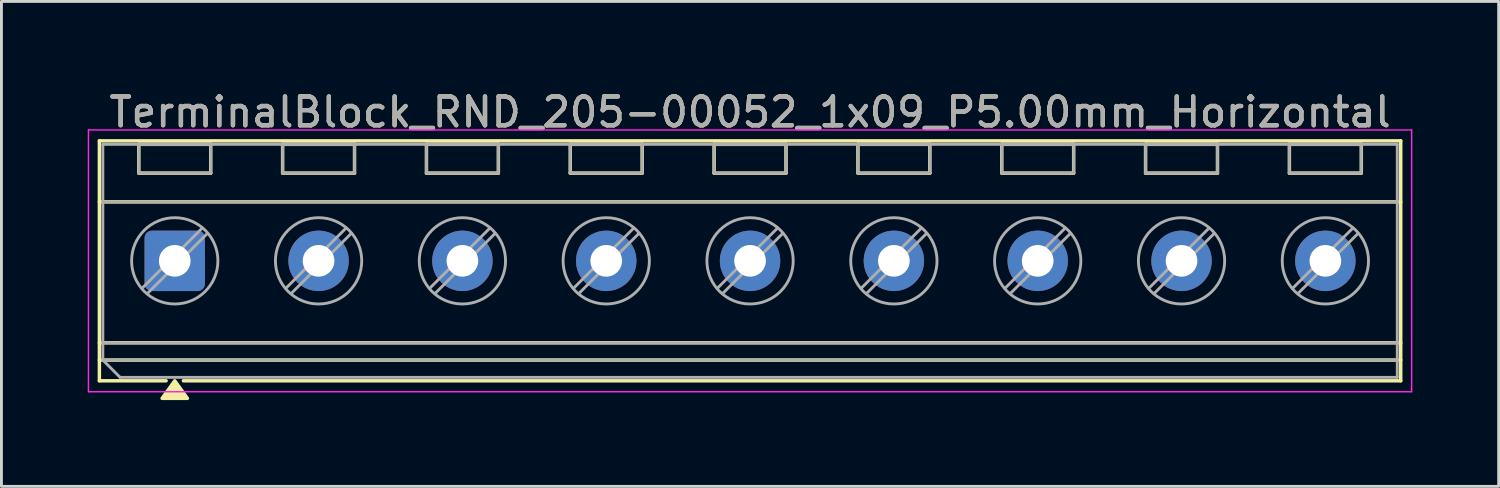
<source format=kicad_pcb>
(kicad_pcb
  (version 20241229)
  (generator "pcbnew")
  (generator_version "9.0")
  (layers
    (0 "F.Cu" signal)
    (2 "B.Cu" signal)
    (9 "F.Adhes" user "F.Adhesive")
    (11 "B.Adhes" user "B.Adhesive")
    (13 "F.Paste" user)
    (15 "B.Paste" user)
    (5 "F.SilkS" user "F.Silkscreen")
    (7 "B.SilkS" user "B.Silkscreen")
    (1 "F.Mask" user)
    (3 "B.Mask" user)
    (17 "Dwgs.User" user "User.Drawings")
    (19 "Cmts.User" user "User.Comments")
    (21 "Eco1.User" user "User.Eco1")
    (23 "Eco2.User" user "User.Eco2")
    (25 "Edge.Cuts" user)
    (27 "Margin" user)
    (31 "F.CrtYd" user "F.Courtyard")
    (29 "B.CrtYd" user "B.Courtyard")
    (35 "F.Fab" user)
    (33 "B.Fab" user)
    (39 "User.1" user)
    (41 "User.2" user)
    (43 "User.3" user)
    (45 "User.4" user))
  (footprint "TerminalBlock_RND_205-00052_1x09_P5.00mm_Horizontal"
    (layer "F.Cu")
    (at 3.025 6.018)
    (property "Reference" "TerminalBlock_RND_205-00052_1x09_P5.00mm_Horizontal" (at 20 -5.17 0) (layer "F.SilkS") (effects (font (size 1 1) (thickness 0.15))))
    (attr through_hole)
    (fp_line (start -2.62 -4.17) (end 42.62 -4.17) (stroke (width 0.12) (type solid)) (layer "F.SilkS"))
    (fp_line (start -2.62 -2.05) (end 42.62 -2.05) (stroke (width 0.12) (type solid)) (layer "F.SilkS"))
    (fp_line (start -2.62 2.85) (end 42.62 2.85) (stroke (width 0.12) (type solid)) (layer "F.SilkS"))
    (fp_line (start -2.62 3.45) (end 42.62 3.45) (stroke (width 0.12) (type solid)) (layer "F.SilkS"))
    (fp_line (start -2.62 4.17) (end -2.62 -4.17) (stroke (width 0.12) (type solid)) (layer "F.SilkS"))
    (fp_line (start -1.25 -4.05) (end 1.25 -4.05) (stroke (width 0.12) (type solid)) (layer "F.SilkS"))
    (fp_line (start -1.25 -3.05) (end -1.25 -4.05) (stroke (width 0.12) (type solid)) (layer "F.SilkS"))
    (fp_line (start -0.3 4.17) (end -2.62 4.17) (stroke (width 0.12) (type solid)) (layer "F.SilkS"))
    (fp_line (start 1.25 -4.05) (end 1.25 -3.05) (stroke (width 0.12) (type solid)) (layer "F.SilkS"))
    (fp_line (start 1.25 -3.05) (end -1.25 -3.05) (stroke (width 0.12) (type solid)) (layer "F.SilkS"))
    (fp_line (start 3.75 -4.05) (end 6.25 -4.05) (stroke (width 0.12) (type solid)) (layer "F.SilkS"))
    (fp_line (start 3.75 -3.05) (end 3.75 -4.05) (stroke (width 0.12) (type solid)) (layer "F.SilkS"))
    (fp_line (start 6.25 -4.05) (end 6.25 -3.05) (stroke (width 0.12) (type solid)) (layer "F.SilkS"))
    (fp_line (start 6.25 -3.05) (end 3.75 -3.05) (stroke (width 0.12) (type solid)) (layer "F.SilkS"))
    (fp_line (start 8.75 -4.05) (end 11.25 -4.05) (stroke (width 0.12) (type solid)) (layer "F.SilkS"))
    (fp_line (start 8.75 -3.05) (end 8.75 -4.05) (stroke (width 0.12) (type solid)) (layer "F.SilkS"))
    (fp_line (start 11.25 -4.05) (end 11.25 -3.05) (stroke (width 0.12) (type solid)) (layer "F.SilkS"))
    (fp_line (start 11.25 -3.05) (end 8.75 -3.05) (stroke (width 0.12) (type solid)) (layer "F.SilkS"))
    (fp_line (start 13.75 -4.05) (end 16.25 -4.05) (stroke (width 0.12) (type solid)) (layer "F.SilkS"))
    (fp_line (start 13.75 -3.05) (end 13.75 -4.05) (stroke (width 0.12) (type solid)) (layer "F.SilkS"))
    (fp_line (start 16.25 -4.05) (end 16.25 -3.05) (stroke (width 0.12) (type solid)) (layer "F.SilkS"))
    (fp_line (start 16.25 -3.05) (end 13.75 -3.05) (stroke (width 0.12) (type solid)) (layer "F.SilkS"))
    (fp_line (start 18.75 -4.05) (end 21.25 -4.05) (stroke (width 0.12) (type solid)) (layer "F.SilkS"))
    (fp_line (start 18.75 -3.05) (end 18.75 -4.05) (stroke (width 0.12) (type solid)) (layer "F.SilkS"))
    (fp_line (start 21.25 -4.05) (end 21.25 -3.05) (stroke (width 0.12) (type solid)) (layer "F.SilkS"))
    (fp_line (start 21.25 -3.05) (end 18.75 -3.05) (stroke (width 0.12) (type solid)) (layer "F.SilkS"))
    (fp_line (start 23.75 -4.05) (end 26.25 -4.05) (stroke (width 0.12) (type solid)) (layer "F.SilkS"))
    (fp_line (start 23.75 -3.05) (end 23.75 -4.05) (stroke (width 0.12) (type solid)) (layer "F.SilkS"))
    (fp_line (start 26.25 -4.05) (end 26.25 -3.05) (stroke (width 0.12) (type solid)) (layer "F.SilkS"))
    (fp_line (start 26.25 -3.05) (end 23.75 -3.05) (stroke (width 0.12) (type solid)) (layer "F.SilkS"))
    (fp_line (start 28.75 -4.05) (end 31.25 -4.05) (stroke (width 0.12) (type solid)) (layer "F.SilkS"))
    (fp_line (start 28.75 -3.05) (end 28.75 -4.05) (stroke (width 0.12) (type solid)) (layer "F.SilkS"))
    (fp_line (start 31.25 -4.05) (end 31.25 -3.05) (stroke (width 0.12) (type solid)) (layer "F.SilkS"))
    (fp_line (start 31.25 -3.05) (end 28.75 -3.05) (stroke (width 0.12) (type solid)) (layer "F.SilkS"))
    (fp_line (start 33.75 -4.05) (end 36.25 -4.05) (stroke (width 0.12) (type solid)) (layer "F.SilkS"))
    (fp_line (start 33.75 -3.05) (end 33.75 -4.05) (stroke (width 0.12) (type solid)) (layer "F.SilkS"))
    (fp_line (start 36.25 -4.05) (end 36.25 -3.05) (stroke (width 0.12) (type solid)) (layer "F.SilkS"))
    (fp_line (start 36.25 -3.05) (end 33.75 -3.05) (stroke (width 0.12) (type solid)) (layer "F.SilkS"))
    (fp_line (start 38.75 -4.05) (end 41.25 -4.05) (stroke (width 0.12) (type solid)) (layer "F.SilkS"))
    (fp_line (start 38.75 -3.05) (end 38.75 -4.05) (stroke (width 0.12) (type solid)) (layer "F.SilkS"))
    (fp_line (start 41.25 -4.05) (end 41.25 -3.05) (stroke (width 0.12) (type solid)) (layer "F.SilkS"))
    (fp_line (start 41.25 -3.05) (end 38.75 -3.05) (stroke (width 0.12) (type solid)) (layer "F.SilkS"))
    (fp_line (start 42.62 -4.17) (end 42.62 4.17) (stroke (width 0.12) (type solid)) (layer "F.SilkS"))
    (fp_line (start 42.62 4.17) (end 0.3 4.17) (stroke (width 0.12) (type solid)) (layer "F.SilkS"))
    (fp_poly (pts (xy 0 4.17) (xy 0.44 4.78) (xy -0.44 4.78)) (stroke (width 0.12) (type solid)) (fill yes) (layer "F.SilkS"))
    (fp_line (start -3 -4.55) (end -3 4.55) (stroke (width 0.05) (type solid)) (layer "F.CrtYd"))
    (fp_line (start -3 4.55) (end 43 4.55) (stroke (width 0.05) (type solid)) (layer "F.CrtYd"))
    (fp_line (start 43 -4.55) (end -3 -4.55) (stroke (width 0.05) (type solid)) (layer "F.CrtYd"))
    (fp_line (start 43 4.55) (end 43 -4.55) (stroke (width 0.05) (type solid)) (layer "F.CrtYd"))
    (fp_line (start -2.5 -4.05) (end 42.5 -4.05) (stroke (width 0.1) (type solid)) (layer "F.Fab"))
    (fp_line (start -2.5 -2.05) (end 42.5 -2.05) (stroke (width 0.1) (type solid)) (layer "F.Fab"))
    (fp_line (start -2.5 2.85) (end 42.5 2.85) (stroke (width 0.1) (type solid)) (layer "F.Fab"))
    (fp_line (start -2.5 3.45) (end -2.5 -4.05) (stroke (width 0.1) (type solid)) (layer "F.Fab"))
    (fp_line (start -2.5 3.45) (end 42.5 3.45) (stroke (width 0.1) (type solid)) (layer "F.Fab"))
    (fp_line (start -1.9 4.05) (end -2.5 3.45) (stroke (width 0.1) (type solid)) (layer "F.Fab"))
    (fp_line (start -1.25 -4.05) (end -1.25 -3.05) (stroke (width 0.1) (type solid)) (layer "F.Fab"))
    (fp_line (start -1.25 -3.05) (end 1.25 -3.05) (stroke (width 0.1) (type solid)) (layer "F.Fab"))
    (fp_line (start 0.955 -1.138) (end -1.138 0.955) (stroke (width 0.1) (type solid)) (layer "F.Fab"))
    (fp_line (start 1.138 -0.955) (end -0.955 1.138) (stroke (width 0.1) (type solid)) (layer "F.Fab"))
    (fp_line (start 1.25 -4.05) (end -1.25 -4.05) (stroke (width 0.1) (type solid)) (layer "F.Fab"))
    (fp_line (start 1.25 -3.05) (end 1.25 -4.05) (stroke (width 0.1) (type solid)) (layer "F.Fab"))
    (fp_line (start 3.75 -4.05) (end 3.75 -3.05) (stroke (width 0.1) (type solid)) (layer "F.Fab"))
    (fp_line (start 3.75 -3.05) (end 6.25 -3.05) (stroke (width 0.1) (type solid)) (layer "F.Fab"))
    (fp_line (start 5.955 -1.138) (end 3.862 0.955) (stroke (width 0.1) (type solid)) (layer "F.Fab"))
    (fp_line (start 6.138 -0.955) (end 4.045 1.138) (stroke (width 0.1) (type solid)) (layer "F.Fab"))
    (fp_line (start 6.25 -4.05) (end 3.75 -4.05) (stroke (width 0.1) (type solid)) (layer "F.Fab"))
    (fp_line (start 6.25 -3.05) (end 6.25 -4.05) (stroke (width 0.1) (type solid)) (layer "F.Fab"))
    (fp_line (start 8.75 -4.05) (end 8.75 -3.05) (stroke (width 0.1) (type solid)) (layer "F.Fab"))
    (fp_line (start 8.75 -3.05) (end 11.25 -3.05) (stroke (width 0.1) (type solid)) (layer "F.Fab"))
    (fp_line (start 10.955 -1.138) (end 8.862 0.955) (stroke (width 0.1) (type solid)) (layer "F.Fab"))
    (fp_line (start 11.138 -0.955) (end 9.045 1.138) (stroke (width 0.1) (type solid)) (layer "F.Fab"))
    (fp_line (start 11.25 -4.05) (end 8.75 -4.05) (stroke (width 0.1) (type solid)) (layer "F.Fab"))
    (fp_line (start 11.25 -3.05) (end 11.25 -4.05) (stroke (width 0.1) (type solid)) (layer "F.Fab"))
    (fp_line (start 13.75 -4.05) (end 13.75 -3.05) (stroke (width 0.1) (type solid)) (layer "F.Fab"))
    (fp_line (start 13.75 -3.05) (end 16.25 -3.05) (stroke (width 0.1) (type solid)) (layer "F.Fab"))
    (fp_line (start 15.955 -1.138) (end 13.862 0.955) (stroke (width 0.1) (type solid)) (layer "F.Fab"))
    (fp_line (start 16.138 -0.955) (end 14.045 1.138) (stroke (width 0.1) (type solid)) (layer "F.Fab"))
    (fp_line (start 16.25 -4.05) (end 13.75 -4.05) (stroke (width 0.1) (type solid)) (layer "F.Fab"))
    (fp_line (start 16.25 -3.05) (end 16.25 -4.05) (stroke (width 0.1) (type solid)) (layer "F.Fab"))
    (fp_line (start 18.75 -4.05) (end 18.75 -3.05) (stroke (width 0.1) (type solid)) (layer "F.Fab"))
    (fp_line (start 18.75 -3.05) (end 21.25 -3.05) (stroke (width 0.1) (type solid)) (layer "F.Fab"))
    (fp_line (start 20.955 -1.138) (end 18.862 0.955) (stroke (width 0.1) (type solid)) (layer "F.Fab"))
    (fp_line (start 21.138 -0.955) (end 19.045 1.138) (stroke (width 0.1) (type solid)) (layer "F.Fab"))
    (fp_line (start 21.25 -4.05) (end 18.75 -4.05) (stroke (width 0.1) (type solid)) (layer "F.Fab"))
    (fp_line (start 21.25 -3.05) (end 21.25 -4.05) (stroke (width 0.1) (type solid)) (layer "F.Fab"))
    (fp_line (start 23.75 -4.05) (end 23.75 -3.05) (stroke (width 0.1) (type solid)) (layer "F.Fab"))
    (fp_line (start 23.75 -3.05) (end 26.25 -3.05) (stroke (width 0.1) (type solid)) (layer "F.Fab"))
    (fp_line (start 25.955 -1.138) (end 23.862 0.955) (stroke (width 0.1) (type solid)) (layer "F.Fab"))
    (fp_line (start 26.138 -0.955) (end 24.045 1.138) (stroke (width 0.1) (type solid)) (layer "F.Fab"))
    (fp_line (start 26.25 -4.05) (end 23.75 -4.05) (stroke (width 0.1) (type solid)) (layer "F.Fab"))
    (fp_line (start 26.25 -3.05) (end 26.25 -4.05) (stroke (width 0.1) (type solid)) (layer "F.Fab"))
    (fp_line (start 28.75 -4.05) (end 28.75 -3.05) (stroke (width 0.1) (type solid)) (layer "F.Fab"))
    (fp_line (start 28.75 -3.05) (end 31.25 -3.05) (stroke (width 0.1) (type solid)) (layer "F.Fab"))
    (fp_line (start 30.955 -1.138) (end 28.862 0.955) (stroke (width 0.1) (type solid)) (layer "F.Fab"))
    (fp_line (start 31.138 -0.955) (end 29.045 1.138) (stroke (width 0.1) (type solid)) (layer "F.Fab"))
    (fp_line (start 31.25 -4.05) (end 28.75 -4.05) (stroke (width 0.1) (type solid)) (layer "F.Fab"))
    (fp_line (start 31.25 -3.05) (end 31.25 -4.05) (stroke (width 0.1) (type solid)) (layer "F.Fab"))
    (fp_line (start 33.75 -4.05) (end 33.75 -3.05) (stroke (width 0.1) (type solid)) (layer "F.Fab"))
    (fp_line (start 33.75 -3.05) (end 36.25 -3.05) (stroke (width 0.1) (type solid)) (layer "F.Fab"))
    (fp_line (start 35.955 -1.138) (end 33.862 0.955) (stroke (width 0.1) (type solid)) (layer "F.Fab"))
    (fp_line (start 36.138 -0.955) (end 34.045 1.138) (stroke (width 0.1) (type solid)) (layer "F.Fab"))
    (fp_line (start 36.25 -4.05) (end 33.75 -4.05) (stroke (width 0.1) (type solid)) (layer "F.Fab"))
    (fp_line (start 36.25 -3.05) (end 36.25 -4.05) (stroke (width 0.1) (type solid)) (layer "F.Fab"))
    (fp_line (start 38.75 -4.05) (end 38.75 -3.05) (stroke (width 0.1) (type solid)) (layer "F.Fab"))
    (fp_line (start 38.75 -3.05) (end 41.25 -3.05) (stroke (width 0.1) (type solid)) (layer "F.Fab"))
    (fp_line (start 40.955 -1.138) (end 38.862 0.955) (stroke (width 0.1) (type solid)) (layer "F.Fab"))
    (fp_line (start 41.138 -0.955) (end 39.045 1.138) (stroke (width 0.1) (type solid)) (layer "F.Fab"))
    (fp_line (start 41.25 -4.05) (end 38.75 -4.05) (stroke (width 0.1) (type solid)) (layer "F.Fab"))
    (fp_line (start 41.25 -3.05) (end 41.25 -4.05) (stroke (width 0.1) (type solid)) (layer "F.Fab"))
    (fp_line (start 42.5 -4.05) (end 42.5 4.05) (stroke (width 0.1) (type solid)) (layer "F.Fab"))
    (fp_line (start 42.5 4.05) (end -1.9 4.05) (stroke (width 0.1) (type solid)) (layer "F.Fab"))
    (fp_circle (center 0 0) (end 1.5 0) (stroke (width 0.1) (type solid)) (fill no) (layer "F.Fab"))
    (fp_circle (center 5 0) (end 6.5 0) (stroke (width 0.1) (type solid)) (fill no) (layer "F.Fab"))
    (fp_circle (center 10 0) (end 11.5 0) (stroke (width 0.1) (type solid)) (fill no) (layer "F.Fab"))
    (fp_circle (center 15 0) (end 16.5 0) (stroke (width 0.1) (type solid)) (fill no) (layer "F.Fab"))
    (fp_circle (center 20 0) (end 21.5 0) (stroke (width 0.1) (type solid)) (fill no) (layer "F.Fab"))
    (fp_circle (center 25 0) (end 26.5 0) (stroke (width 0.1) (type solid)) (fill no) (layer "F.Fab"))
    (fp_circle (center 30 0) (end 31.5 0) (stroke (width 0.1) (type solid)) (fill no) (layer "F.Fab"))
    (fp_circle (center 35 0) (end 36.5 0) (stroke (width 0.1) (type solid)) (fill no) (layer "F.Fab"))
    (fp_circle (center 40 0) (end 41.5 0) (stroke (width 0.1) (type solid)) (fill no) (layer "F.Fab"))
    (fp_text user "${REFERENCE}" (at 20 -5.17 0) (layer "F.Fab") (effects (font (size 1 1) (thickness 0.15))))
    (pad "1" thru_hole roundrect (at 0 0) (size 2.1 2.1) (drill 1.1) (layers "*.Cu" "*.Mask") (roundrect_rratio 0.119))
    (pad "2" thru_hole circle (at 5 0) (size 2.1 2.1) (drill 1.1) (layers "*.Cu" "*.Mask"))
    (pad "3" thru_hole circle (at 10 0) (size 2.1 2.1) (drill 1.1) (layers "*.Cu" "*.Mask"))
    (pad "4" thru_hole circle (at 15 0) (size 2.1 2.1) (drill 1.1) (layers "*.Cu" "*.Mask"))
    (pad "5" thru_hole circle (at 20 0) (size 2.1 2.1) (drill 1.1) (layers "*.Cu" "*.Mask"))
    (pad "6" thru_hole circle (at 25 0) (size 2.1 2.1) (drill 1.1) (layers "*.Cu" "*.Mask"))
    (pad "7" thru_hole circle (at 30 0) (size 2.1 2.1) (drill 1.1) (layers "*.Cu" "*.Mask"))
    (pad "8" thru_hole circle (at 35 0) (size 2.1 2.1) (drill 1.1) (layers "*.Cu" "*.Mask"))
    (pad "9" thru_hole circle (at 40 0) (size 2.1 2.1) (drill 1.1) (layers "*.Cu" "*.Mask")))
  (gr_rect
    (start -3 -3)
    (end 49.05 13.858)
    (stroke (width 0.1) (type default))
    (fill no)
    (layer "Edge.Cuts")))
</source>
